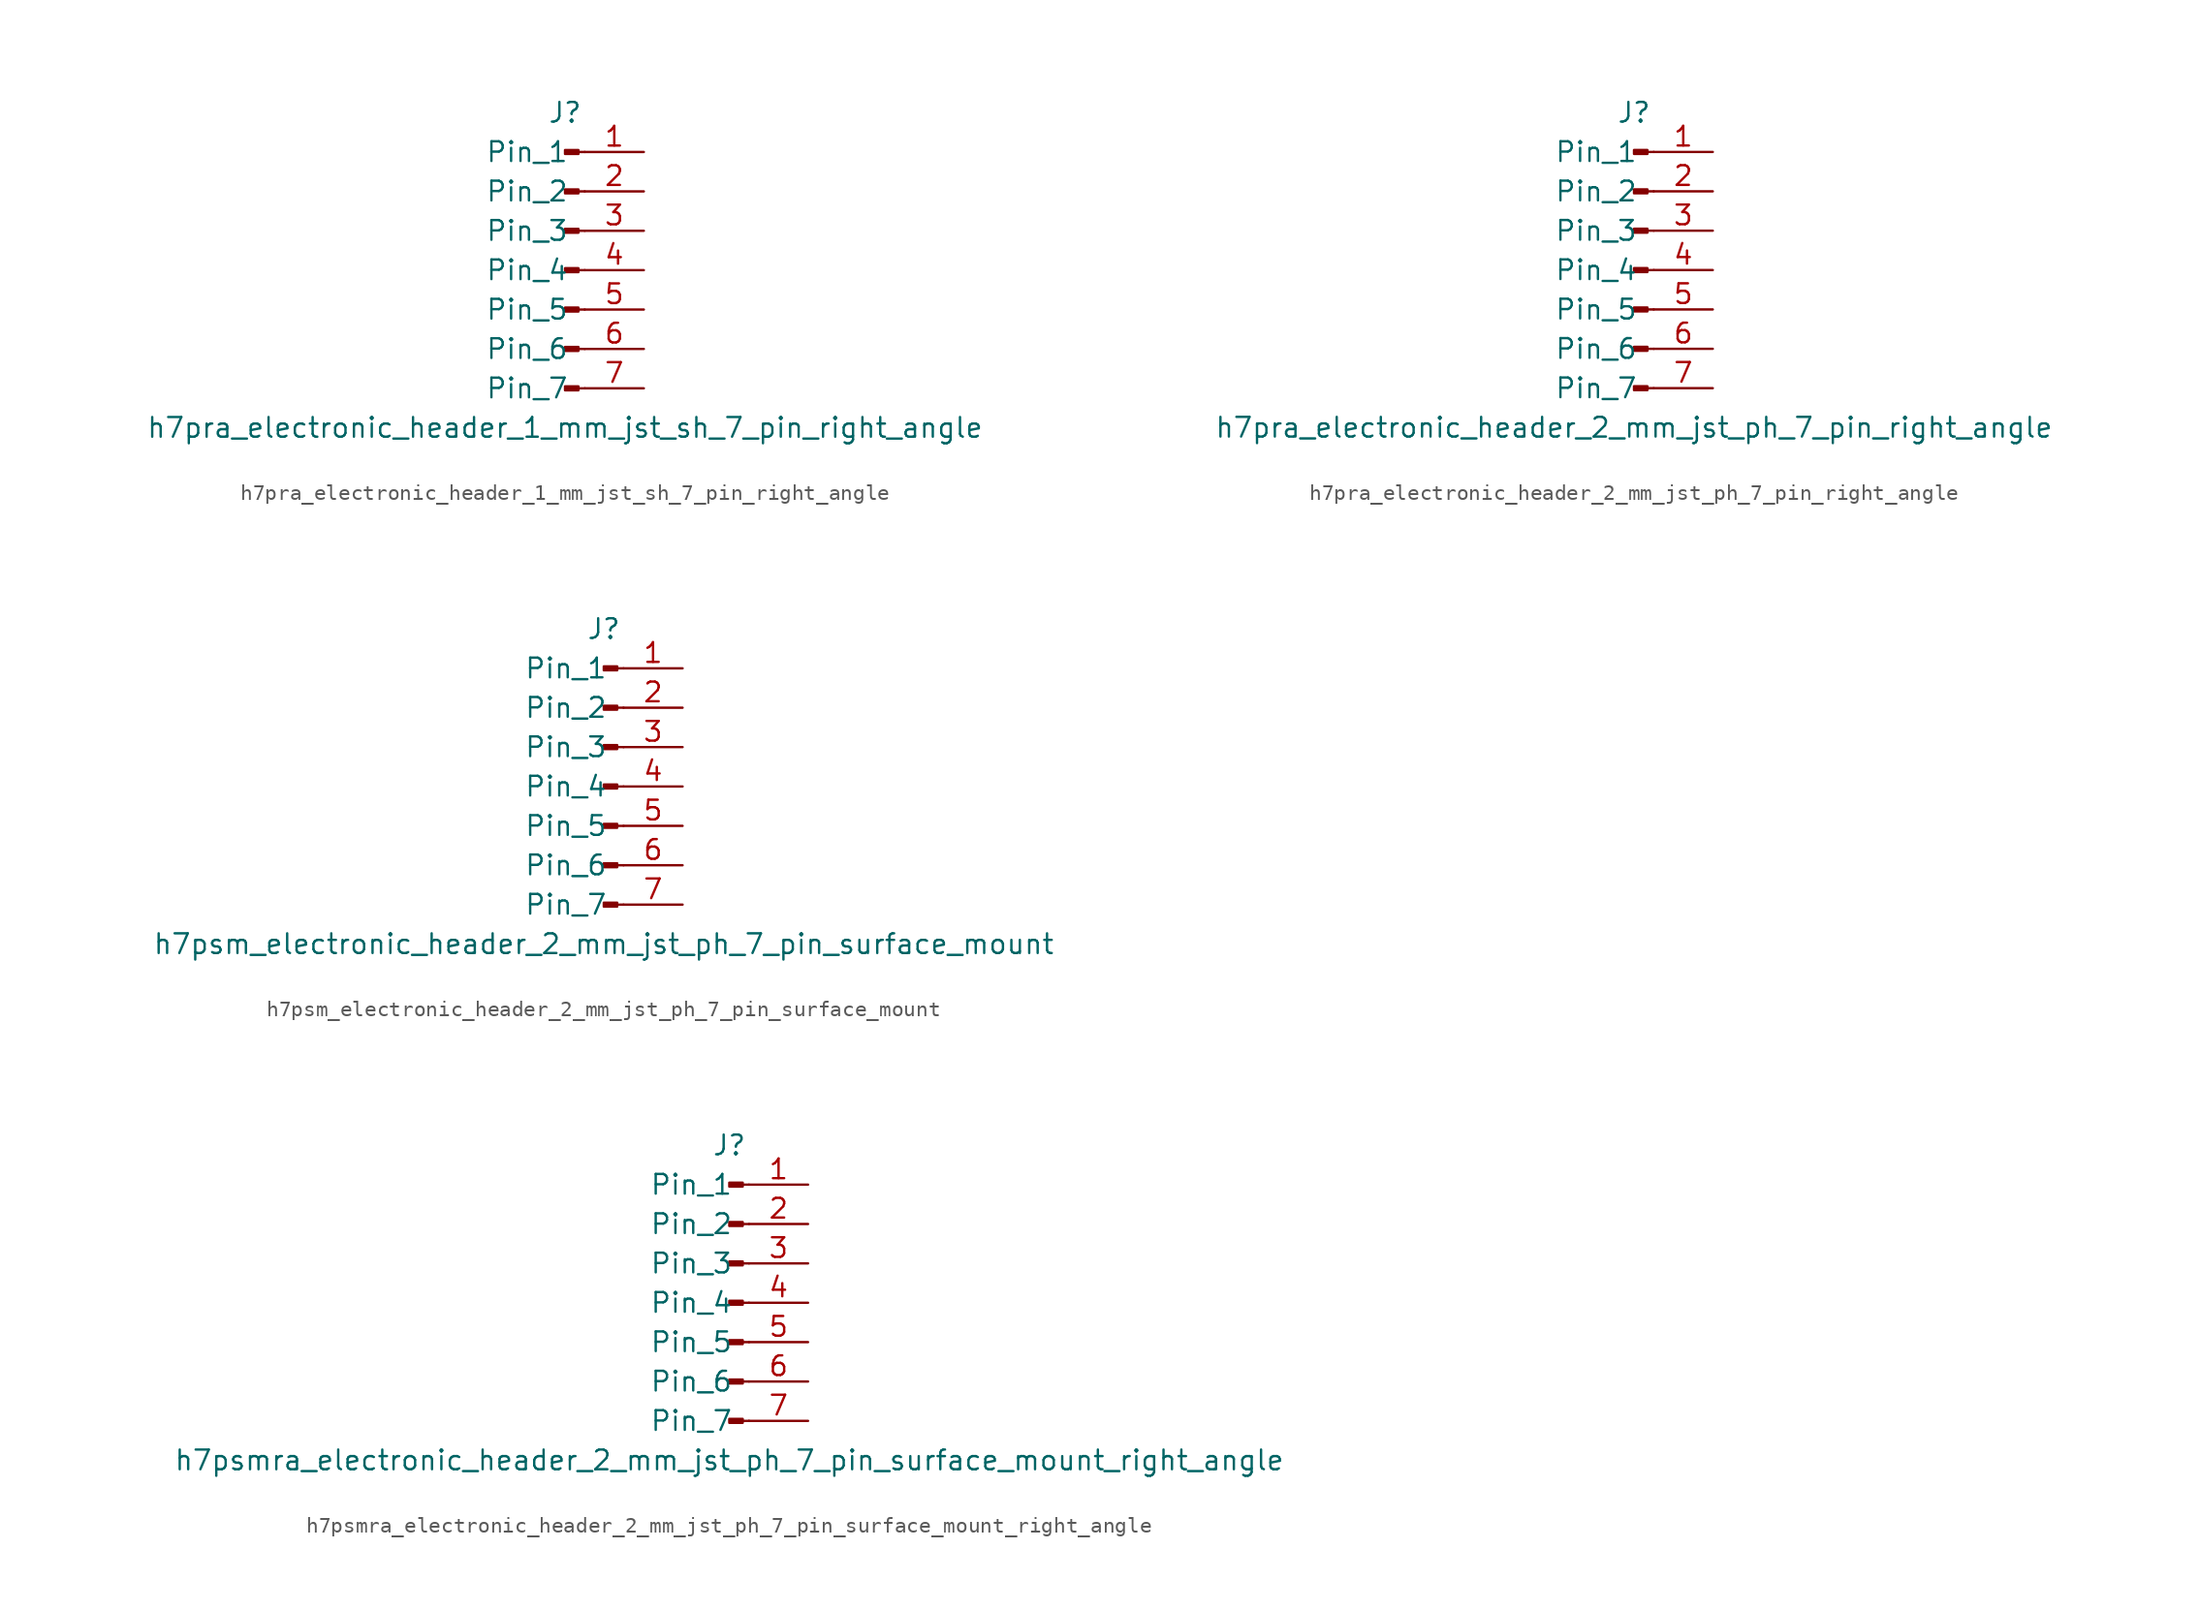
<source format=kicad_sym>
(kicad_symbol_lib
  (version 20220914)
  (generator kicad_symbol_editor)
  (symbol "h7pra_electronic_header_1_mm_jst_sh_7_pin_right_angle"
    (pin_names
      (offset 1.016))
    (property "Reference" "J"
      (at 0 10.16 0)
      (effects (font (size 1.27 1.27))))
    (property "Value" "h7pra_electronic_header_1_mm_jst_sh_7_pin_right_angle"
      (at 0 -10.16 0)
      (effects (font (size 1.27 1.27))))
    (property "ki_locked" ""
      (at 0 0 0)
      (effects (font (size 1.27 1.27))))
    (symbol "h7pra_electronic_header_1_mm_jst_sh_7_pin_right_angle_1_1"
      (polyline (pts (xy 1.27 -7.62) (xy 0.864 -7.62)) (stroke (width 0.152) (type default)) (fill (type none)))
      (polyline (pts (xy 1.27 -5.08) (xy 0.864 -5.08)) (stroke (width 0.152) (type default)) (fill (type none)))
      (polyline (pts (xy 1.27 -2.54) (xy 0.864 -2.54)) (stroke (width 0.152) (type default)) (fill (type none)))
      (polyline (pts (xy 1.27 0) (xy 0.864 0)) (stroke (width 0.152) (type default)) (fill (type none)))
      (polyline (pts (xy 1.27 2.54) (xy 0.864 2.54)) (stroke (width 0.152) (type default)) (fill (type none)))
      (polyline (pts (xy 1.27 5.08) (xy 0.864 5.08)) (stroke (width 0.152) (type default)) (fill (type none)))
      (polyline (pts (xy 1.27 7.62) (xy 0.864 7.62)) (stroke (width 0.152) (type default)) (fill (type none)))
      (rectangle (start 0.864 -7.493) (end 0 -7.747) (stroke (width 0.152) (type default)) (fill (type outline)))
      (rectangle (start 0.864 -4.953) (end 0 -5.207) (stroke (width 0.152) (type default)) (fill (type outline)))
      (rectangle (start 0.864 -2.413) (end 0 -2.667) (stroke (width 0.152) (type default)) (fill (type outline)))
      (rectangle (start 0.864 0.127) (end 0 -0.127) (stroke (width 0.152) (type default)) (fill (type outline)))
      (rectangle (start 0.864 2.667) (end 0 2.413) (stroke (width 0.152) (type default)) (fill (type outline)))
      (rectangle (start 0.864 5.207) (end 0 4.953) (stroke (width 0.152) (type default)) (fill (type outline)))
      (rectangle (start 0.864 7.747) (end 0 7.493) (stroke (width 0.152) (type default)) (fill (type outline)))
      (pin passive line (at 5.08 7.62 180) (length 3.81) (name "Pin_1" (effects (font (size 1.27 1.27)))) (number "1" (effects (font (size 1.27 1.27)))))
      (pin passive line (at 5.08 5.08 180) (length 3.81) (name "Pin_2" (effects (font (size 1.27 1.27)))) (number "2" (effects (font (size 1.27 1.27)))))
      (pin passive line (at 5.08 2.54 180) (length 3.81) (name "Pin_3" (effects (font (size 1.27 1.27)))) (number "3" (effects (font (size 1.27 1.27)))))
      (pin passive line (at 5.08 0 180) (length 3.81) (name "Pin_4" (effects (font (size 1.27 1.27)))) (number "4" (effects (font (size 1.27 1.27)))))
      (pin passive line (at 5.08 -2.54 180) (length 3.81) (name "Pin_5" (effects (font (size 1.27 1.27)))) (number "5" (effects (font (size 1.27 1.27)))))
      (pin passive line (at 5.08 -5.08 180) (length 3.81) (name "Pin_6" (effects (font (size 1.27 1.27)))) (number "6" (effects (font (size 1.27 1.27)))))
      (pin passive line (at 5.08 -7.62 180) (length 3.81) (name "Pin_7" (effects (font (size 1.27 1.27)))) (number "7" (effects (font (size 1.27 1.27)))))))
  (symbol "h7pra_electronic_header_2_mm_jst_ph_7_pin_right_angle"
    (pin_names
      (offset 1.016))
    (property "Reference" "J"
      (at 0 10.16 0)
      (effects (font (size 1.27 1.27))))
    (property "Value" "h7pra_electronic_header_2_mm_jst_ph_7_pin_right_angle"
      (at 0 -10.16 0)
      (effects (font (size 1.27 1.27))))
    (property "ki_locked" ""
      (at 0 0 0)
      (effects (font (size 1.27 1.27))))
    (symbol "h7pra_electronic_header_2_mm_jst_ph_7_pin_right_angle_1_1"
      (polyline (pts (xy 1.27 -7.62) (xy 0.864 -7.62)) (stroke (width 0.152) (type default)) (fill (type none)))
      (polyline (pts (xy 1.27 -5.08) (xy 0.864 -5.08)) (stroke (width 0.152) (type default)) (fill (type none)))
      (polyline (pts (xy 1.27 -2.54) (xy 0.864 -2.54)) (stroke (width 0.152) (type default)) (fill (type none)))
      (polyline (pts (xy 1.27 0) (xy 0.864 0)) (stroke (width 0.152) (type default)) (fill (type none)))
      (polyline (pts (xy 1.27 2.54) (xy 0.864 2.54)) (stroke (width 0.152) (type default)) (fill (type none)))
      (polyline (pts (xy 1.27 5.08) (xy 0.864 5.08)) (stroke (width 0.152) (type default)) (fill (type none)))
      (polyline (pts (xy 1.27 7.62) (xy 0.864 7.62)) (stroke (width 0.152) (type default)) (fill (type none)))
      (rectangle (start 0.864 -7.493) (end 0 -7.747) (stroke (width 0.152) (type default)) (fill (type outline)))
      (rectangle (start 0.864 -4.953) (end 0 -5.207) (stroke (width 0.152) (type default)) (fill (type outline)))
      (rectangle (start 0.864 -2.413) (end 0 -2.667) (stroke (width 0.152) (type default)) (fill (type outline)))
      (rectangle (start 0.864 0.127) (end 0 -0.127) (stroke (width 0.152) (type default)) (fill (type outline)))
      (rectangle (start 0.864 2.667) (end 0 2.413) (stroke (width 0.152) (type default)) (fill (type outline)))
      (rectangle (start 0.864 5.207) (end 0 4.953) (stroke (width 0.152) (type default)) (fill (type outline)))
      (rectangle (start 0.864 7.747) (end 0 7.493) (stroke (width 0.152) (type default)) (fill (type outline)))
      (pin passive line (at 5.08 7.62 180) (length 3.81) (name "Pin_1" (effects (font (size 1.27 1.27)))) (number "1" (effects (font (size 1.27 1.27)))))
      (pin passive line (at 5.08 5.08 180) (length 3.81) (name "Pin_2" (effects (font (size 1.27 1.27)))) (number "2" (effects (font (size 1.27 1.27)))))
      (pin passive line (at 5.08 2.54 180) (length 3.81) (name "Pin_3" (effects (font (size 1.27 1.27)))) (number "3" (effects (font (size 1.27 1.27)))))
      (pin passive line (at 5.08 0 180) (length 3.81) (name "Pin_4" (effects (font (size 1.27 1.27)))) (number "4" (effects (font (size 1.27 1.27)))))
      (pin passive line (at 5.08 -2.54 180) (length 3.81) (name "Pin_5" (effects (font (size 1.27 1.27)))) (number "5" (effects (font (size 1.27 1.27)))))
      (pin passive line (at 5.08 -5.08 180) (length 3.81) (name "Pin_6" (effects (font (size 1.27 1.27)))) (number "6" (effects (font (size 1.27 1.27)))))
      (pin passive line (at 5.08 -7.62 180) (length 3.81) (name "Pin_7" (effects (font (size 1.27 1.27)))) (number "7" (effects (font (size 1.27 1.27)))))))
  (symbol "h7psm_electronic_header_2_mm_jst_ph_7_pin_surface_mount"
    (pin_names
      (offset 1.016))
    (property "Reference" "J"
      (at 0 10.16 0)
      (effects (font (size 1.27 1.27))))
    (property "Value" "h7psm_electronic_header_2_mm_jst_ph_7_pin_surface_mount"
      (at 0 -10.16 0)
      (effects (font (size 1.27 1.27))))
    (property "ki_locked" ""
      (at 0 0 0)
      (effects (font (size 1.27 1.27))))
    (symbol "h7psm_electronic_header_2_mm_jst_ph_7_pin_surface_mount_1_1"
      (polyline (pts (xy 1.27 -7.62) (xy 0.864 -7.62)) (stroke (width 0.152) (type default)) (fill (type none)))
      (polyline (pts (xy 1.27 -5.08) (xy 0.864 -5.08)) (stroke (width 0.152) (type default)) (fill (type none)))
      (polyline (pts (xy 1.27 -2.54) (xy 0.864 -2.54)) (stroke (width 0.152) (type default)) (fill (type none)))
      (polyline (pts (xy 1.27 0) (xy 0.864 0)) (stroke (width 0.152) (type default)) (fill (type none)))
      (polyline (pts (xy 1.27 2.54) (xy 0.864 2.54)) (stroke (width 0.152) (type default)) (fill (type none)))
      (polyline (pts (xy 1.27 5.08) (xy 0.864 5.08)) (stroke (width 0.152) (type default)) (fill (type none)))
      (polyline (pts (xy 1.27 7.62) (xy 0.864 7.62)) (stroke (width 0.152) (type default)) (fill (type none)))
      (rectangle (start 0.864 -7.493) (end 0 -7.747) (stroke (width 0.152) (type default)) (fill (type outline)))
      (rectangle (start 0.864 -4.953) (end 0 -5.207) (stroke (width 0.152) (type default)) (fill (type outline)))
      (rectangle (start 0.864 -2.413) (end 0 -2.667) (stroke (width 0.152) (type default)) (fill (type outline)))
      (rectangle (start 0.864 0.127) (end 0 -0.127) (stroke (width 0.152) (type default)) (fill (type outline)))
      (rectangle (start 0.864 2.667) (end 0 2.413) (stroke (width 0.152) (type default)) (fill (type outline)))
      (rectangle (start 0.864 5.207) (end 0 4.953) (stroke (width 0.152) (type default)) (fill (type outline)))
      (rectangle (start 0.864 7.747) (end 0 7.493) (stroke (width 0.152) (type default)) (fill (type outline)))
      (pin passive line (at 5.08 7.62 180) (length 3.81) (name "Pin_1" (effects (font (size 1.27 1.27)))) (number "1" (effects (font (size 1.27 1.27)))))
      (pin passive line (at 5.08 5.08 180) (length 3.81) (name "Pin_2" (effects (font (size 1.27 1.27)))) (number "2" (effects (font (size 1.27 1.27)))))
      (pin passive line (at 5.08 2.54 180) (length 3.81) (name "Pin_3" (effects (font (size 1.27 1.27)))) (number "3" (effects (font (size 1.27 1.27)))))
      (pin passive line (at 5.08 0 180) (length 3.81) (name "Pin_4" (effects (font (size 1.27 1.27)))) (number "4" (effects (font (size 1.27 1.27)))))
      (pin passive line (at 5.08 -2.54 180) (length 3.81) (name "Pin_5" (effects (font (size 1.27 1.27)))) (number "5" (effects (font (size 1.27 1.27)))))
      (pin passive line (at 5.08 -5.08 180) (length 3.81) (name "Pin_6" (effects (font (size 1.27 1.27)))) (number "6" (effects (font (size 1.27 1.27)))))
      (pin passive line (at 5.08 -7.62 180) (length 3.81) (name "Pin_7" (effects (font (size 1.27 1.27)))) (number "7" (effects (font (size 1.27 1.27)))))))
  (symbol "h7psmra_electronic_header_2_mm_jst_ph_7_pin_surface_mount_right_angle"
    (pin_names
      (offset 1.016))
    (property "Reference" "J"
      (at 0 10.16 0)
      (effects (font (size 1.27 1.27))))
    (property "Value" "h7psmra_electronic_header_2_mm_jst_ph_7_pin_surface_mount_right_angle"
      (at 0 -10.16 0)
      (effects (font (size 1.27 1.27))))
    (property "ki_locked" ""
      (at 0 0 0)
      (effects (font (size 1.27 1.27))))
    (symbol "h7psmra_electronic_header_2_mm_jst_ph_7_pin_surface_mount_right_angle_1_1"
      (polyline (pts (xy 1.27 -7.62) (xy 0.864 -7.62)) (stroke (width 0.152) (type default)) (fill (type none)))
      (polyline (pts (xy 1.27 -5.08) (xy 0.864 -5.08)) (stroke (width 0.152) (type default)) (fill (type none)))
      (polyline (pts (xy 1.27 -2.54) (xy 0.864 -2.54)) (stroke (width 0.152) (type default)) (fill (type none)))
      (polyline (pts (xy 1.27 0) (xy 0.864 0)) (stroke (width 0.152) (type default)) (fill (type none)))
      (polyline (pts (xy 1.27 2.54) (xy 0.864 2.54)) (stroke (width 0.152) (type default)) (fill (type none)))
      (polyline (pts (xy 1.27 5.08) (xy 0.864 5.08)) (stroke (width 0.152) (type default)) (fill (type none)))
      (polyline (pts (xy 1.27 7.62) (xy 0.864 7.62)) (stroke (width 0.152) (type default)) (fill (type none)))
      (rectangle (start 0.864 -7.493) (end 0 -7.747) (stroke (width 0.152) (type default)) (fill (type outline)))
      (rectangle (start 0.864 -4.953) (end 0 -5.207) (stroke (width 0.152) (type default)) (fill (type outline)))
      (rectangle (start 0.864 -2.413) (end 0 -2.667) (stroke (width 0.152) (type default)) (fill (type outline)))
      (rectangle (start 0.864 0.127) (end 0 -0.127) (stroke (width 0.152) (type default)) (fill (type outline)))
      (rectangle (start 0.864 2.667) (end 0 2.413) (stroke (width 0.152) (type default)) (fill (type outline)))
      (rectangle (start 0.864 5.207) (end 0 4.953) (stroke (width 0.152) (type default)) (fill (type outline)))
      (rectangle (start 0.864 7.747) (end 0 7.493) (stroke (width 0.152) (type default)) (fill (type outline)))
      (pin passive line (at 5.08 7.62 180) (length 3.81) (name "Pin_1" (effects (font (size 1.27 1.27)))) (number "1" (effects (font (size 1.27 1.27)))))
      (pin passive line (at 5.08 5.08 180) (length 3.81) (name "Pin_2" (effects (font (size 1.27 1.27)))) (number "2" (effects (font (size 1.27 1.27)))))
      (pin passive line (at 5.08 2.54 180) (length 3.81) (name "Pin_3" (effects (font (size 1.27 1.27)))) (number "3" (effects (font (size 1.27 1.27)))))
      (pin passive line (at 5.08 0 180) (length 3.81) (name "Pin_4" (effects (font (size 1.27 1.27)))) (number "4" (effects (font (size 1.27 1.27)))))
      (pin passive line (at 5.08 -2.54 180) (length 3.81) (name "Pin_5" (effects (font (size 1.27 1.27)))) (number "5" (effects (font (size 1.27 1.27)))))
      (pin passive line (at 5.08 -5.08 180) (length 3.81) (name "Pin_6" (effects (font (size 1.27 1.27)))) (number "6" (effects (font (size 1.27 1.27)))))
      (pin passive line (at 5.08 -7.62 180) (length 3.81) (name "Pin_7" (effects (font (size 1.27 1.27)))) (number "7" (effects (font (size 1.27 1.27))))))))
</source>
